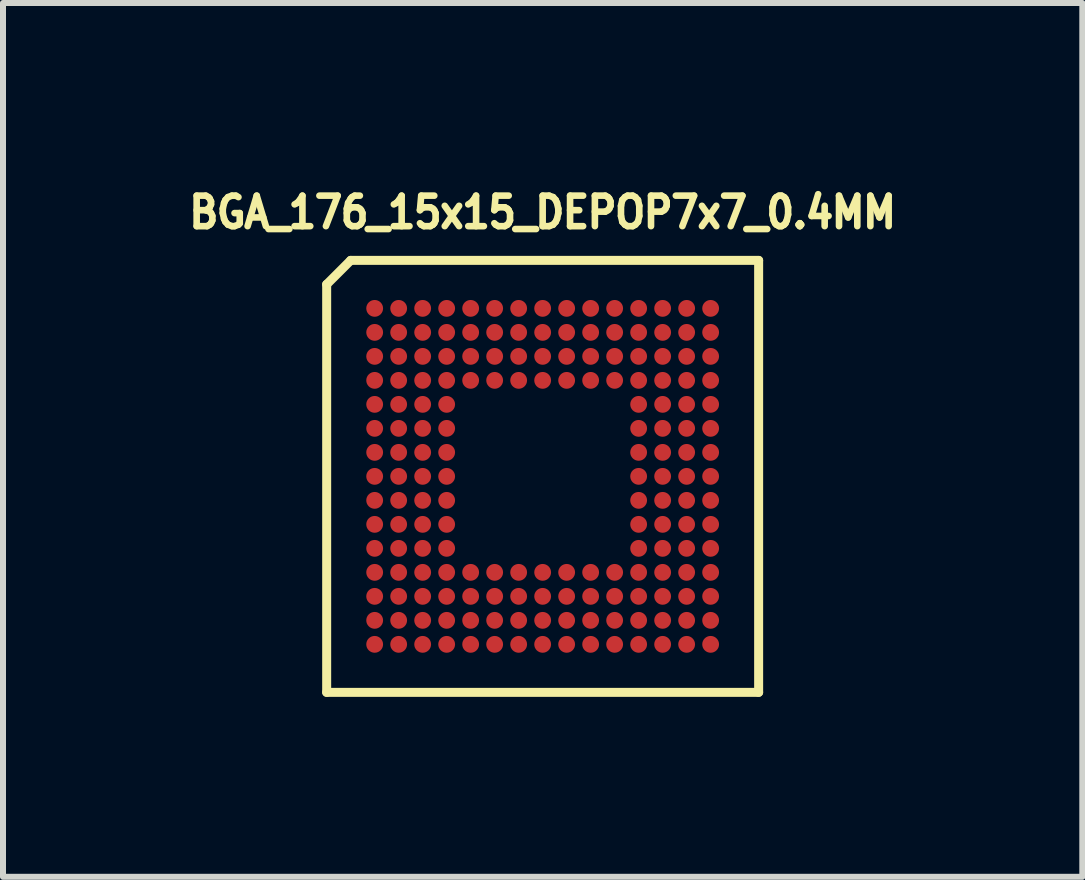
<source format=kicad_pcb>
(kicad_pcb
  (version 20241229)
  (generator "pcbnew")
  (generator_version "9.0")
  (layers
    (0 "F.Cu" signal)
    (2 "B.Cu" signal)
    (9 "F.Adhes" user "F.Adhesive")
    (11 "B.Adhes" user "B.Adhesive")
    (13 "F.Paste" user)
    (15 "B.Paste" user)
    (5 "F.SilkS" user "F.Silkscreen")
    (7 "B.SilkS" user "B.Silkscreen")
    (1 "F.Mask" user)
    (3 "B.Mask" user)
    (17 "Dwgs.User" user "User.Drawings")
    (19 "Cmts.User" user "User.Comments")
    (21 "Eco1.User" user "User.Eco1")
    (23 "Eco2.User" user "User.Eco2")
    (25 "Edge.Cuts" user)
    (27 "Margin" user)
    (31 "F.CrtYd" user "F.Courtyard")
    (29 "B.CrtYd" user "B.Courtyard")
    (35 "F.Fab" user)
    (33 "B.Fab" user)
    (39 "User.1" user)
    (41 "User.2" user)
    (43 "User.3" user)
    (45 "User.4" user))
  (footprint "BGA_176_15x15_DEPOP7x7_0.4MM"
    (layer "F.Cu")
    (at 5.995 4.89)
    (property "Reference" "BGA_176_15x15_DEPOP7x7_0.4MM" (at 0 -4.4 0) (layer "F.SilkS") (effects (font (size 0.508 0.457) (thickness 0.11))))
    (attr smd)
    (fp_line (start -3.6 -3.2) (end -3.2 -3.6) (stroke (width 0.15) (type solid)) (layer "F.SilkS"))
    (fp_line (start -3.6 3.6) (end -3.6 -3.2) (stroke (width 0.15) (type solid)) (layer "F.SilkS"))
    (fp_line (start -3.2 -3.6) (end 3.6 -3.6) (stroke (width 0.15) (type solid)) (layer "F.SilkS"))
    (fp_line (start 3.6 -3.6) (end 3.6 3.6) (stroke (width 0.15) (type solid)) (layer "F.SilkS"))
    (fp_line (start 3.6 3.6) (end -3.6 3.6) (stroke (width 0.15) (type solid)) (layer "F.SilkS"))
    (pad "A1" smd circle (at -2.8 -2.8) (size 0.28 0.28) (layers "F.Cu" "F.Mask" "F.Paste"))
    (pad "A2" smd circle (at -2.4 -2.8) (size 0.28 0.28) (layers "F.Cu" "F.Mask" "F.Paste"))
    (pad "A3" smd circle (at -2 -2.8) (size 0.28 0.28) (layers "F.Cu" "F.Mask" "F.Paste"))
    (pad "A4" smd circle (at -1.6 -2.8) (size 0.28 0.28) (layers "F.Cu" "F.Mask" "F.Paste"))
    (pad "A5" smd circle (at -1.2 -2.8) (size 0.28 0.28) (layers "F.Cu" "F.Mask" "F.Paste"))
    (pad "A6" smd circle (at -0.8 -2.8) (size 0.28 0.28) (layers "F.Cu" "F.Mask" "F.Paste"))
    (pad "A7" smd circle (at -0.4 -2.8) (size 0.28 0.28) (layers "F.Cu" "F.Mask" "F.Paste"))
    (pad "A8" smd circle (at 0 -2.8) (size 0.28 0.28) (layers "F.Cu" "F.Mask" "F.Paste"))
    (pad "A9" smd circle (at 0.4 -2.8) (size 0.28 0.28) (layers "F.Cu" "F.Mask" "F.Paste"))
    (pad "A10" smd circle (at 0.8 -2.8) (size 0.28 0.28) (layers "F.Cu" "F.Mask" "F.Paste"))
    (pad "A11" smd circle (at 1.2 -2.8) (size 0.28 0.28) (layers "F.Cu" "F.Mask" "F.Paste"))
    (pad "A12" smd circle (at 1.6 -2.8) (size 0.28 0.28) (layers "F.Cu" "F.Mask" "F.Paste"))
    (pad "A13" smd circle (at 2 -2.8) (size 0.28 0.28) (layers "F.Cu" "F.Mask" "F.Paste"))
    (pad "A14" smd circle (at 2.4 -2.8) (size 0.28 0.28) (layers "F.Cu" "F.Mask" "F.Paste"))
    (pad "A15" smd circle (at 2.8 -2.8) (size 0.28 0.28) (layers "F.Cu" "F.Mask" "F.Paste"))
    (pad "B1" smd circle (at -2.8 -2.4) (size 0.28 0.28) (layers "F.Cu" "F.Mask" "F.Paste"))
    (pad "B2" smd circle (at -2.4 -2.4) (size 0.28 0.28) (layers "F.Cu" "F.Mask" "F.Paste"))
    (pad "B3" smd circle (at -2 -2.4) (size 0.28 0.28) (layers "F.Cu" "F.Mask" "F.Paste"))
    (pad "B4" smd circle (at -1.6 -2.4) (size 0.28 0.28) (layers "F.Cu" "F.Mask" "F.Paste"))
    (pad "B5" smd circle (at -1.2 -2.4) (size 0.28 0.28) (layers "F.Cu" "F.Mask" "F.Paste"))
    (pad "B6" smd circle (at -0.8 -2.4) (size 0.28 0.28) (layers "F.Cu" "F.Mask" "F.Paste"))
    (pad "B7" smd circle (at -0.4 -2.4) (size 0.28 0.28) (layers "F.Cu" "F.Mask" "F.Paste"))
    (pad "B8" smd circle (at 0 -2.4) (size 0.28 0.28) (layers "F.Cu" "F.Mask" "F.Paste"))
    (pad "B9" smd circle (at 0.4 -2.4) (size 0.28 0.28) (layers "F.Cu" "F.Mask" "F.Paste"))
    (pad "B10" smd circle (at 0.8 -2.4) (size 0.28 0.28) (layers "F.Cu" "F.Mask" "F.Paste"))
    (pad "B11" smd circle (at 1.2 -2.4) (size 0.28 0.28) (layers "F.Cu" "F.Mask" "F.Paste"))
    (pad "B12" smd circle (at 1.6 -2.4) (size 0.28 0.28) (layers "F.Cu" "F.Mask" "F.Paste"))
    (pad "B13" smd circle (at 2 -2.4) (size 0.28 0.28) (layers "F.Cu" "F.Mask" "F.Paste"))
    (pad "B14" smd circle (at 2.4 -2.4) (size 0.28 0.28) (layers "F.Cu" "F.Mask" "F.Paste"))
    (pad "B15" smd circle (at 2.8 -2.4) (size 0.28 0.28) (layers "F.Cu" "F.Mask" "F.Paste"))
    (pad "C1" smd circle (at -2.8 -2) (size 0.28 0.28) (layers "F.Cu" "F.Mask" "F.Paste"))
    (pad "C2" smd circle (at -2.4 -2) (size 0.28 0.28) (layers "F.Cu" "F.Mask" "F.Paste"))
    (pad "C3" smd circle (at -2 -2) (size 0.28 0.28) (layers "F.Cu" "F.Mask" "F.Paste"))
    (pad "C4" smd circle (at -1.6 -2) (size 0.28 0.28) (layers "F.Cu" "F.Mask" "F.Paste"))
    (pad "C5" smd circle (at -1.2 -2) (size 0.28 0.28) (layers "F.Cu" "F.Mask" "F.Paste"))
    (pad "C6" smd circle (at -0.8 -2) (size 0.28 0.28) (layers "F.Cu" "F.Mask" "F.Paste"))
    (pad "C7" smd circle (at -0.4 -2) (size 0.28 0.28) (layers "F.Cu" "F.Mask" "F.Paste"))
    (pad "C8" smd circle (at 0 -2) (size 0.28 0.28) (layers "F.Cu" "F.Mask" "F.Paste"))
    (pad "C9" smd circle (at 0.4 -2) (size 0.28 0.28) (layers "F.Cu" "F.Mask" "F.Paste"))
    (pad "C10" smd circle (at 0.8 -2) (size 0.28 0.28) (layers "F.Cu" "F.Mask" "F.Paste"))
    (pad "C11" smd circle (at 1.2 -2) (size 0.28 0.28) (layers "F.Cu" "F.Mask" "F.Paste"))
    (pad "C12" smd circle (at 1.6 -2) (size 0.28 0.28) (layers "F.Cu" "F.Mask" "F.Paste"))
    (pad "C13" smd circle (at 2 -2) (size 0.28 0.28) (layers "F.Cu" "F.Mask" "F.Paste"))
    (pad "C14" smd circle (at 2.4 -2) (size 0.28 0.28) (layers "F.Cu" "F.Mask" "F.Paste"))
    (pad "C15" smd circle (at 2.8 -2) (size 0.28 0.28) (layers "F.Cu" "F.Mask" "F.Paste"))
    (pad "D1" smd circle (at -2.8 -1.6) (size 0.28 0.28) (layers "F.Cu" "F.Mask" "F.Paste"))
    (pad "D2" smd circle (at -2.4 -1.6) (size 0.28 0.28) (layers "F.Cu" "F.Mask" "F.Paste"))
    (pad "D3" smd circle (at -2 -1.6) (size 0.28 0.28) (layers "F.Cu" "F.Mask" "F.Paste"))
    (pad "D4" smd circle (at -1.6 -1.6) (size 0.28 0.28) (layers "F.Cu" "F.Mask" "F.Paste"))
    (pad "D5" smd circle (at -1.2 -1.6) (size 0.28 0.28) (layers "F.Cu" "F.Mask" "F.Paste"))
    (pad "D6" smd circle (at -0.8 -1.6) (size 0.28 0.28) (layers "F.Cu" "F.Mask" "F.Paste"))
    (pad "D7" smd circle (at -0.4 -1.6) (size 0.28 0.28) (layers "F.Cu" "F.Mask" "F.Paste"))
    (pad "D8" smd circle (at 0 -1.6) (size 0.28 0.28) (layers "F.Cu" "F.Mask" "F.Paste"))
    (pad "D9" smd circle (at 0.4 -1.6) (size 0.28 0.28) (layers "F.Cu" "F.Mask" "F.Paste"))
    (pad "D10" smd circle (at 0.8 -1.6) (size 0.28 0.28) (layers "F.Cu" "F.Mask" "F.Paste"))
    (pad "D11" smd circle (at 1.2 -1.6) (size 0.28 0.28) (layers "F.Cu" "F.Mask" "F.Paste"))
    (pad "D12" smd circle (at 1.6 -1.6) (size 0.28 0.28) (layers "F.Cu" "F.Mask" "F.Paste"))
    (pad "D13" smd circle (at 2 -1.6) (size 0.28 0.28) (layers "F.Cu" "F.Mask" "F.Paste"))
    (pad "D14" smd circle (at 2.4 -1.6) (size 0.28 0.28) (layers "F.Cu" "F.Mask" "F.Paste"))
    (pad "D15" smd circle (at 2.8 -1.6) (size 0.28 0.28) (layers "F.Cu" "F.Mask" "F.Paste"))
    (pad "E1" smd circle (at -2.8 -1.2) (size 0.28 0.28) (layers "F.Cu" "F.Mask" "F.Paste"))
    (pad "E2" smd circle (at -2.4 -1.2) (size 0.28 0.28) (layers "F.Cu" "F.Mask" "F.Paste"))
    (pad "E3" smd circle (at -2 -1.2) (size 0.28 0.28) (layers "F.Cu" "F.Mask" "F.Paste"))
    (pad "E4" smd circle (at -1.6 -1.2) (size 0.28 0.28) (layers "F.Cu" "F.Mask" "F.Paste"))
    (pad "E12" smd circle (at 1.6 -1.2) (size 0.28 0.28) (layers "F.Cu" "F.Mask" "F.Paste"))
    (pad "E13" smd circle (at 2 -1.2) (size 0.28 0.28) (layers "F.Cu" "F.Mask" "F.Paste"))
    (pad "E14" smd circle (at 2.4 -1.2) (size 0.28 0.28) (layers "F.Cu" "F.Mask" "F.Paste"))
    (pad "E15" smd circle (at 2.8 -1.2) (size 0.28 0.28) (layers "F.Cu" "F.Mask" "F.Paste"))
    (pad "F1" smd circle (at -2.8 -0.8) (size 0.28 0.28) (layers "F.Cu" "F.Mask" "F.Paste"))
    (pad "F2" smd circle (at -2.4 -0.8) (size 0.28 0.28) (layers "F.Cu" "F.Mask" "F.Paste"))
    (pad "F3" smd circle (at -2 -0.8) (size 0.28 0.28) (layers "F.Cu" "F.Mask" "F.Paste"))
    (pad "F4" smd circle (at -1.6 -0.8) (size 0.28 0.28) (layers "F.Cu" "F.Mask" "F.Paste"))
    (pad "F12" smd circle (at 1.6 -0.8) (size 0.28 0.28) (layers "F.Cu" "F.Mask" "F.Paste"))
    (pad "F13" smd circle (at 2 -0.8) (size 0.28 0.28) (layers "F.Cu" "F.Mask" "F.Paste"))
    (pad "F14" smd circle (at 2.4 -0.8) (size 0.28 0.28) (layers "F.Cu" "F.Mask" "F.Paste"))
    (pad "F15" smd circle (at 2.8 -0.8) (size 0.28 0.28) (layers "F.Cu" "F.Mask" "F.Paste"))
    (pad "G1" smd circle (at -2.8 -0.4) (size 0.28 0.28) (layers "F.Cu" "F.Mask" "F.Paste"))
    (pad "G2" smd circle (at -2.4 -0.4) (size 0.28 0.28) (layers "F.Cu" "F.Mask" "F.Paste"))
    (pad "G3" smd circle (at -2 -0.4) (size 0.28 0.28) (layers "F.Cu" "F.Mask" "F.Paste"))
    (pad "G4" smd circle (at -1.6 -0.4) (size 0.28 0.28) (layers "F.Cu" "F.Mask" "F.Paste"))
    (pad "G12" smd circle (at 1.6 -0.4) (size 0.28 0.28) (layers "F.Cu" "F.Mask" "F.Paste"))
    (pad "G13" smd circle (at 2 -0.4) (size 0.28 0.28) (layers "F.Cu" "F.Mask" "F.Paste"))
    (pad "G14" smd circle (at 2.4 -0.4) (size 0.28 0.28) (layers "F.Cu" "F.Mask" "F.Paste"))
    (pad "G15" smd circle (at 2.8 -0.4) (size 0.28 0.28) (layers "F.Cu" "F.Mask" "F.Paste"))
    (pad "H1" smd circle (at -2.8 0) (size 0.28 0.28) (layers "F.Cu" "F.Mask" "F.Paste"))
    (pad "H2" smd circle (at -2.4 0) (size 0.28 0.28) (layers "F.Cu" "F.Mask" "F.Paste"))
    (pad "H3" smd circle (at -2 0) (size 0.28 0.28) (layers "F.Cu" "F.Mask" "F.Paste"))
    (pad "H4" smd circle (at -1.6 0) (size 0.28 0.28) (layers "F.Cu" "F.Mask" "F.Paste"))
    (pad "H12" smd circle (at 1.6 0) (size 0.28 0.28) (layers "F.Cu" "F.Mask" "F.Paste"))
    (pad "H13" smd circle (at 2 0) (size 0.28 0.28) (layers "F.Cu" "F.Mask" "F.Paste"))
    (pad "H14" smd circle (at 2.4 0) (size 0.28 0.28) (layers "F.Cu" "F.Mask" "F.Paste"))
    (pad "H15" smd circle (at 2.8 0) (size 0.28 0.28) (layers "F.Cu" "F.Mask" "F.Paste"))
    (pad "J1" smd circle (at -2.8 0.4) (size 0.28 0.28) (layers "F.Cu" "F.Mask" "F.Paste"))
    (pad "J2" smd circle (at -2.4 0.4) (size 0.28 0.28) (layers "F.Cu" "F.Mask" "F.Paste"))
    (pad "J3" smd circle (at -2 0.4) (size 0.28 0.28) (layers "F.Cu" "F.Mask" "F.Paste"))
    (pad "J4" smd circle (at -1.6 0.4) (size 0.28 0.28) (layers "F.Cu" "F.Mask" "F.Paste"))
    (pad "J12" smd circle (at 1.6 0.4) (size 0.28 0.28) (layers "F.Cu" "F.Mask" "F.Paste"))
    (pad "J13" smd circle (at 2 0.4) (size 0.28 0.28) (layers "F.Cu" "F.Mask" "F.Paste"))
    (pad "J14" smd circle (at 2.4 0.4) (size 0.28 0.28) (layers "F.Cu" "F.Mask" "F.Paste"))
    (pad "J15" smd circle (at 2.8 0.4) (size 0.28 0.28) (layers "F.Cu" "F.Mask" "F.Paste"))
    (pad "K1" smd circle (at -2.8 0.8) (size 0.28 0.28) (layers "F.Cu" "F.Mask" "F.Paste"))
    (pad "K2" smd circle (at -2.4 0.8) (size 0.28 0.28) (layers "F.Cu" "F.Mask" "F.Paste"))
    (pad "K3" smd circle (at -2 0.8) (size 0.28 0.28) (layers "F.Cu" "F.Mask" "F.Paste"))
    (pad "K4" smd circle (at -1.6 0.8) (size 0.28 0.28) (layers "F.Cu" "F.Mask" "F.Paste"))
    (pad "K12" smd circle (at 1.6 0.8) (size 0.28 0.28) (layers "F.Cu" "F.Mask" "F.Paste"))
    (pad "K13" smd circle (at 2 0.8) (size 0.28 0.28) (layers "F.Cu" "F.Mask" "F.Paste"))
    (pad "K14" smd circle (at 2.4 0.8) (size 0.28 0.28) (layers "F.Cu" "F.Mask" "F.Paste"))
    (pad "K15" smd circle (at 2.8 0.8) (size 0.28 0.28) (layers "F.Cu" "F.Mask" "F.Paste"))
    (pad "L1" smd circle (at -2.8 1.2) (size 0.28 0.28) (layers "F.Cu" "F.Mask" "F.Paste"))
    (pad "L2" smd circle (at -2.4 1.2) (size 0.28 0.28) (layers "F.Cu" "F.Mask" "F.Paste"))
    (pad "L3" smd circle (at -2 1.2) (size 0.28 0.28) (layers "F.Cu" "F.Mask" "F.Paste"))
    (pad "L4" smd circle (at -1.6 1.2) (size 0.28 0.28) (layers "F.Cu" "F.Mask" "F.Paste"))
    (pad "L12" smd circle (at 1.6 1.2) (size 0.28 0.28) (layers "F.Cu" "F.Mask" "F.Paste"))
    (pad "L13" smd circle (at 2 1.2) (size 0.28 0.28) (layers "F.Cu" "F.Mask" "F.Paste"))
    (pad "L14" smd circle (at 2.4 1.2) (size 0.28 0.28) (layers "F.Cu" "F.Mask" "F.Paste"))
    (pad "L15" smd circle (at 2.8 1.2) (size 0.28 0.28) (layers "F.Cu" "F.Mask" "F.Paste"))
    (pad "M1" smd circle (at -2.8 1.6) (size 0.28 0.28) (layers "F.Cu" "F.Mask" "F.Paste"))
    (pad "M2" smd circle (at -2.4 1.6) (size 0.28 0.28) (layers "F.Cu" "F.Mask" "F.Paste"))
    (pad "M3" smd circle (at -2 1.6) (size 0.28 0.28) (layers "F.Cu" "F.Mask" "F.Paste"))
    (pad "M4" smd circle (at -1.6 1.6) (size 0.28 0.28) (layers "F.Cu" "F.Mask" "F.Paste"))
    (pad "M5" smd circle (at -1.2 1.6) (size 0.28 0.28) (layers "F.Cu" "F.Mask" "F.Paste"))
    (pad "M6" smd circle (at -0.8 1.6) (size 0.28 0.28) (layers "F.Cu" "F.Mask" "F.Paste"))
    (pad "M7" smd circle (at -0.4 1.6) (size 0.28 0.28) (layers "F.Cu" "F.Mask" "F.Paste"))
    (pad "M8" smd circle (at 0 1.6) (size 0.28 0.28) (layers "F.Cu" "F.Mask" "F.Paste"))
    (pad "M9" smd circle (at 0.4 1.6) (size 0.28 0.28) (layers "F.Cu" "F.Mask" "F.Paste"))
    (pad "M10" smd circle (at 0.8 1.6) (size 0.28 0.28) (layers "F.Cu" "F.Mask" "F.Paste"))
    (pad "M11" smd circle (at 1.2 1.6) (size 0.28 0.28) (layers "F.Cu" "F.Mask" "F.Paste"))
    (pad "M12" smd circle (at 1.6 1.6) (size 0.28 0.28) (layers "F.Cu" "F.Mask" "F.Paste"))
    (pad "M13" smd circle (at 2 1.6) (size 0.28 0.28) (layers "F.Cu" "F.Mask" "F.Paste"))
    (pad "M14" smd circle (at 2.4 1.6) (size 0.28 0.28) (layers "F.Cu" "F.Mask" "F.Paste"))
    (pad "M15" smd circle (at 2.8 1.6) (size 0.28 0.28) (layers "F.Cu" "F.Mask" "F.Paste"))
    (pad "N1" smd circle (at -2.8 2) (size 0.28 0.28) (layers "F.Cu" "F.Mask" "F.Paste"))
    (pad "N2" smd circle (at -2.4 2) (size 0.28 0.28) (layers "F.Cu" "F.Mask" "F.Paste"))
    (pad "N3" smd circle (at -2 2) (size 0.28 0.28) (layers "F.Cu" "F.Mask" "F.Paste"))
    (pad "N4" smd circle (at -1.6 2) (size 0.28 0.28) (layers "F.Cu" "F.Mask" "F.Paste"))
    (pad "N5" smd circle (at -1.2 2) (size 0.28 0.28) (layers "F.Cu" "F.Mask" "F.Paste"))
    (pad "N6" smd circle (at -0.8 2) (size 0.28 0.28) (layers "F.Cu" "F.Mask" "F.Paste"))
    (pad "N7" smd circle (at -0.4 2) (size 0.28 0.28) (layers "F.Cu" "F.Mask" "F.Paste"))
    (pad "N8" smd circle (at 0 2) (size 0.28 0.28) (layers "F.Cu" "F.Mask" "F.Paste"))
    (pad "N9" smd circle (at 0.4 2) (size 0.28 0.28) (layers "F.Cu" "F.Mask" "F.Paste"))
    (pad "N10" smd circle (at 0.8 2) (size 0.28 0.28) (layers "F.Cu" "F.Mask" "F.Paste"))
    (pad "N11" smd circle (at 1.2 2) (size 0.28 0.28) (layers "F.Cu" "F.Mask" "F.Paste"))
    (pad "N12" smd circle (at 1.6 2) (size 0.28 0.28) (layers "F.Cu" "F.Mask" "F.Paste"))
    (pad "N13" smd circle (at 2 2) (size 0.28 0.28) (layers "F.Cu" "F.Mask" "F.Paste"))
    (pad "N14" smd circle (at 2.4 2) (size 0.28 0.28) (layers "F.Cu" "F.Mask" "F.Paste"))
    (pad "N15" smd circle (at 2.8 2) (size 0.28 0.28) (layers "F.Cu" "F.Mask" "F.Paste"))
    (pad "P1" smd circle (at -2.8 2.4) (size 0.28 0.28) (layers "F.Cu" "F.Mask" "F.Paste"))
    (pad "P2" smd circle (at -2.4 2.4) (size 0.28 0.28) (layers "F.Cu" "F.Mask" "F.Paste"))
    (pad "P3" smd circle (at -2 2.4) (size 0.28 0.28) (layers "F.Cu" "F.Mask" "F.Paste"))
    (pad "P4" smd circle (at -1.6 2.4) (size 0.28 0.28) (layers "F.Cu" "F.Mask" "F.Paste"))
    (pad "P5" smd circle (at -1.2 2.4) (size 0.28 0.28) (layers "F.Cu" "F.Mask" "F.Paste"))
    (pad "P6" smd circle (at -0.8 2.4) (size 0.28 0.28) (layers "F.Cu" "F.Mask" "F.Paste"))
    (pad "P7" smd circle (at -0.4 2.4) (size 0.28 0.28) (layers "F.Cu" "F.Mask" "F.Paste"))
    (pad "P8" smd circle (at 0 2.4) (size 0.28 0.28) (layers "F.Cu" "F.Mask" "F.Paste"))
    (pad "P9" smd circle (at 0.4 2.4) (size 0.28 0.28) (layers "F.Cu" "F.Mask" "F.Paste"))
    (pad "P10" smd circle (at 0.8 2.4) (size 0.28 0.28) (layers "F.Cu" "F.Mask" "F.Paste"))
    (pad "P11" smd circle (at 1.2 2.4) (size 0.28 0.28) (layers "F.Cu" "F.Mask" "F.Paste"))
    (pad "P12" smd circle (at 1.6 2.4) (size 0.28 0.28) (layers "F.Cu" "F.Mask" "F.Paste"))
    (pad "P13" smd circle (at 2 2.4) (size 0.28 0.28) (layers "F.Cu" "F.Mask" "F.Paste"))
    (pad "P14" smd circle (at 2.4 2.4) (size 0.28 0.28) (layers "F.Cu" "F.Mask" "F.Paste"))
    (pad "P15" smd circle (at 2.8 2.4) (size 0.28 0.28) (layers "F.Cu" "F.Mask" "F.Paste"))
    (pad "R1" smd circle (at -2.8 2.8) (size 0.28 0.28) (layers "F.Cu" "F.Mask" "F.Paste"))
    (pad "R2" smd circle (at -2.4 2.8) (size 0.28 0.28) (layers "F.Cu" "F.Mask" "F.Paste"))
    (pad "R3" smd circle (at -2 2.8) (size 0.28 0.28) (layers "F.Cu" "F.Mask" "F.Paste"))
    (pad "R4" smd circle (at -1.6 2.8) (size 0.28 0.28) (layers "F.Cu" "F.Mask" "F.Paste"))
    (pad "R5" smd circle (at -1.2 2.8) (size 0.28 0.28) (layers "F.Cu" "F.Mask" "F.Paste"))
    (pad "R6" smd circle (at -0.8 2.8) (size 0.28 0.28) (layers "F.Cu" "F.Mask" "F.Paste"))
    (pad "R7" smd circle (at -0.4 2.8) (size 0.28 0.28) (layers "F.Cu" "F.Mask" "F.Paste"))
    (pad "R8" smd circle (at 0 2.8) (size 0.28 0.28) (layers "F.Cu" "F.Mask" "F.Paste"))
    (pad "R9" smd circle (at 0.4 2.8) (size 0.28 0.28) (layers "F.Cu" "F.Mask" "F.Paste"))
    (pad "R10" smd circle (at 0.8 2.8) (size 0.28 0.28) (layers "F.Cu" "F.Mask" "F.Paste"))
    (pad "R11" smd circle (at 1.2 2.8) (size 0.28 0.28) (layers "F.Cu" "F.Mask" "F.Paste"))
    (pad "R12" smd circle (at 1.6 2.8) (size 0.28 0.28) (layers "F.Cu" "F.Mask" "F.Paste"))
    (pad "R13" smd circle (at 2 2.8) (size 0.28 0.28) (layers "F.Cu" "F.Mask" "F.Paste"))
    (pad "R14" smd circle (at 2.4 2.8) (size 0.28 0.28) (layers "F.Cu" "F.Mask" "F.Paste"))
    (pad "R15" smd circle (at 2.8 2.8) (size 0.28 0.28) (layers "F.Cu" "F.Mask" "F.Paste")))
  (gr_rect
    (start -3 -3)
    (end 14.99 11.565)
    (stroke (width 0.1) (type default))
    (fill no)
    (layer "Edge.Cuts")))
</source>
